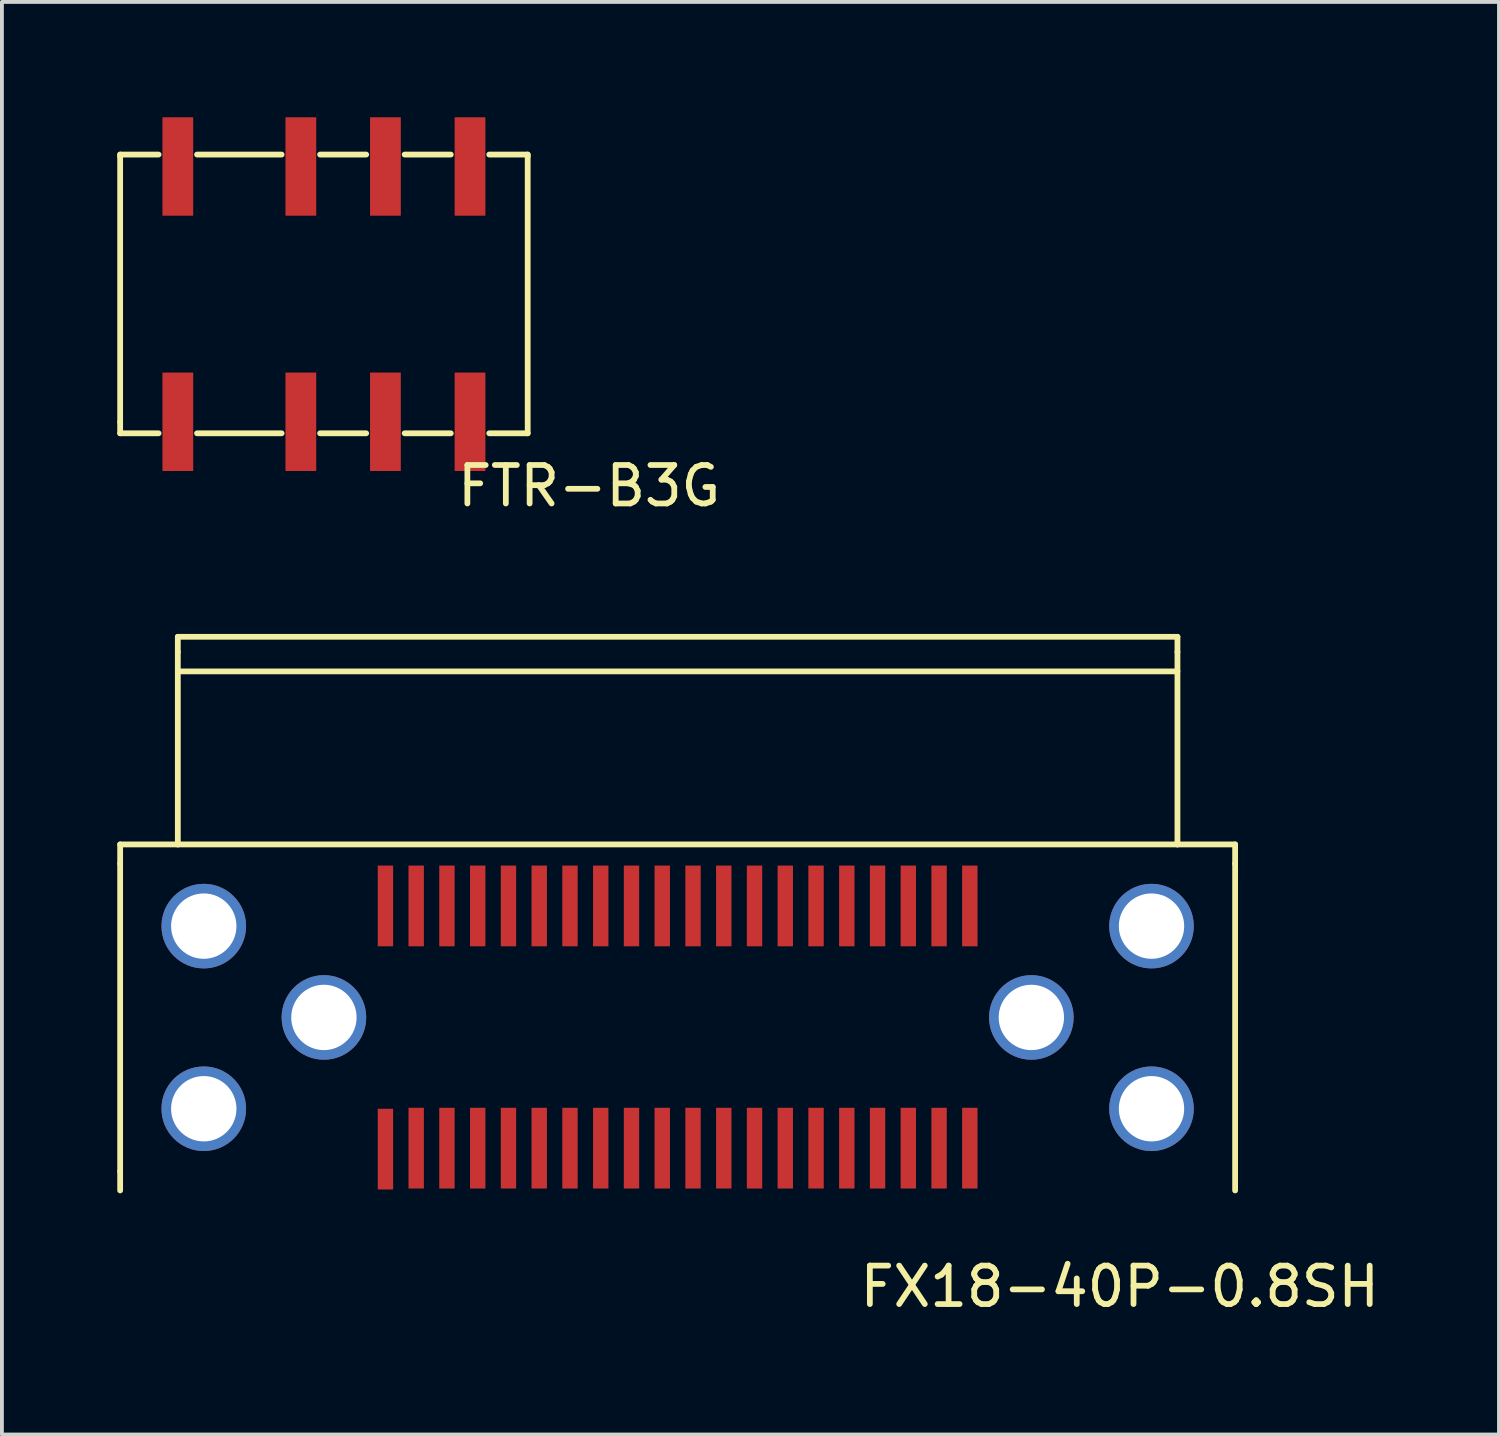
<source format=kicad_pcb>
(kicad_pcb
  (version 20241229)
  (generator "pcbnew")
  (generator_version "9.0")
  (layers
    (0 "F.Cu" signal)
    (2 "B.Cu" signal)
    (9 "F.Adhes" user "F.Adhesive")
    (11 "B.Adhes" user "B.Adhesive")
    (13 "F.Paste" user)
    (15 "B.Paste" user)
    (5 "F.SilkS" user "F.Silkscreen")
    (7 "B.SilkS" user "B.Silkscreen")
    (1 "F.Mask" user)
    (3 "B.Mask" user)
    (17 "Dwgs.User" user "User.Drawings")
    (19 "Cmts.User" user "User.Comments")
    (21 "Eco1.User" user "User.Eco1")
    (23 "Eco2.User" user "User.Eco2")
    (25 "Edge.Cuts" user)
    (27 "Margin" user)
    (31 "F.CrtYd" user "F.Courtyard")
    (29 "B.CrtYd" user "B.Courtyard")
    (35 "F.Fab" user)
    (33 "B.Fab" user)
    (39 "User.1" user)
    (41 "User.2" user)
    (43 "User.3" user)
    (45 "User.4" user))
  (footprint "FX18-40P-0.8SH"
    (layer "F.Cu")
    (at 14.575 23.413)
    (property "Reference" "FX18-40P-0.8SH" (at 11.5 7 0) (layer "F.SilkS") (effects (font (size 1 1) (thickness 0.15))))
    (attr through_hole)
    (fp_line (start -14.5 -4) (end -14.5 -4.5) (stroke (width 0.15) (type solid)) (layer "F.SilkS"))
    (fp_line (start -14.5 -4) (end -14.5 4) (stroke (width 0.15) (type solid)) (layer "F.SilkS"))
    (fp_line (start -14.5 4) (end -14.5 4.5) (stroke (width 0.15) (type solid)) (layer "F.SilkS"))
    (fp_line (start -13 -9.9) (end 13 -9.9) (stroke (width 0.15) (type solid)) (layer "F.SilkS"))
    (fp_line (start -13 -9.5) (end -13 -9.9) (stroke (width 0.15) (type solid)) (layer "F.SilkS"))
    (fp_line (start -13 -9.5) (end -13 -4.5) (stroke (width 0.15) (type solid)) (layer "F.SilkS"))
    (fp_line (start -13 -9) (end 13 -9) (stroke (width 0.15) (type solid)) (layer "F.SilkS"))
    (fp_line (start -13 -4.5) (end -14.5 -4.5) (stroke (width 0.15) (type solid)) (layer "F.SilkS"))
    (fp_line (start -13 -4.5) (end 13 -4.5) (stroke (width 0.15) (type solid)) (layer "F.SilkS"))
    (fp_line (start 13 -9.5) (end 13 -9.9) (stroke (width 0.15) (type solid)) (layer "F.SilkS"))
    (fp_line (start 13 -9.5) (end 13 -4.5) (stroke (width 0.15) (type solid)) (layer "F.SilkS"))
    (fp_line (start 13 -4.5) (end 14.5 -4.5) (stroke (width 0.15) (type solid)) (layer "F.SilkS"))
    (fp_line (start 14.5 -4) (end 14.5 -4.5) (stroke (width 0.15) (type solid)) (layer "F.SilkS"))
    (fp_line (start 14.5 -4) (end 14.5 4.5) (stroke (width 0.15) (type solid)) (layer "F.SilkS"))
    (pad "1" smd rect (at -7.6 3.425) (size 0.4 2.1) (layers "F.Cu" "F.Mask" "F.Paste"))
    (pad "2" smd rect (at -6.8 3.4) (size 0.4 2.1) (layers "F.Cu" "F.Mask" "F.Paste"))
    (pad "3" smd rect (at -6 3.4) (size 0.4 2.1) (layers "F.Cu" "F.Mask" "F.Paste"))
    (pad "4" smd rect (at -5.2 3.4) (size 0.4 2.1) (layers "F.Cu" "F.Mask" "F.Paste"))
    (pad "5" smd rect (at -4.4 3.4) (size 0.4 2.1) (layers "F.Cu" "F.Mask" "F.Paste"))
    (pad "6" smd rect (at -3.6 3.4) (size 0.4 2.1) (layers "F.Cu" "F.Mask" "F.Paste"))
    (pad "7" smd rect (at -2.8 3.4) (size 0.4 2.1) (layers "F.Cu" "F.Mask" "F.Paste"))
    (pad "8" smd rect (at -2 3.4) (size 0.4 2.1) (layers "F.Cu" "F.Mask" "F.Paste"))
    (pad "9" smd rect (at -1.2 3.4) (size 0.4 2.1) (layers "F.Cu" "F.Mask" "F.Paste"))
    (pad "10" smd rect (at -0.4 3.4) (size 0.4 2.1) (layers "F.Cu" "F.Mask" "F.Paste"))
    (pad "11" smd rect (at 0.4 3.4) (size 0.4 2.1) (layers "F.Cu" "F.Mask" "F.Paste"))
    (pad "12" smd rect (at 1.2 3.4) (size 0.4 2.1) (layers "F.Cu" "F.Mask" "F.Paste"))
    (pad "13" smd rect (at 2 3.4) (size 0.4 2.1) (layers "F.Cu" "F.Mask" "F.Paste"))
    (pad "14" smd rect (at 2.8 3.4) (size 0.4 2.1) (layers "F.Cu" "F.Mask" "F.Paste"))
    (pad "15" smd rect (at 3.6 3.4) (size 0.4 2.1) (layers "F.Cu" "F.Mask" "F.Paste"))
    (pad "16" smd rect (at 4.4 3.4) (size 0.4 2.1) (layers "F.Cu" "F.Mask" "F.Paste"))
    (pad "17" smd rect (at 5.2 3.4) (size 0.4 2.1) (layers "F.Cu" "F.Mask" "F.Paste"))
    (pad "18" smd rect (at 6 3.4) (size 0.4 2.1) (layers "F.Cu" "F.Mask" "F.Paste"))
    (pad "19" smd rect (at 6.8 3.4) (size 0.4 2.1) (layers "F.Cu" "F.Mask" "F.Paste"))
    (pad "20" smd rect (at 7.6 3.4) (size 0.4 2.1) (layers "F.Cu" "F.Mask" "F.Paste"))
    (pad "21" smd rect (at 7.6 -2.9) (size 0.4 2.1) (layers "F.Cu" "F.Mask" "F.Paste"))
    (pad "22" smd rect (at 6.8 -2.9) (size 0.4 2.1) (layers "F.Cu" "F.Mask" "F.Paste"))
    (pad "23" smd rect (at 6 -2.9) (size 0.4 2.1) (layers "F.Cu" "F.Mask" "F.Paste"))
    (pad "24" smd rect (at 5.2 -2.9) (size 0.4 2.1) (layers "F.Cu" "F.Mask" "F.Paste"))
    (pad "25" smd rect (at 4.4 -2.9) (size 0.4 2.1) (layers "F.Cu" "F.Mask" "F.Paste"))
    (pad "26" smd rect (at 3.6 -2.9) (size 0.4 2.1) (layers "F.Cu" "F.Mask" "F.Paste"))
    (pad "27" smd rect (at 2.8 -2.9) (size 0.4 2.1) (layers "F.Cu" "F.Mask" "F.Paste"))
    (pad "28" smd rect (at 2 -2.9) (size 0.4 2.1) (layers "F.Cu" "F.Mask" "F.Paste"))
    (pad "29" smd rect (at 1.2 -2.9) (size 0.4 2.1) (layers "F.Cu" "F.Mask" "F.Paste"))
    (pad "30" smd rect (at 0.4 -2.9) (size 0.4 2.1) (layers "F.Cu" "F.Mask" "F.Paste"))
    (pad "31" smd rect (at -0.4 -2.9) (size 0.4 2.1) (layers "F.Cu" "F.Mask" "F.Paste"))
    (pad "32" smd rect (at -1.2 -2.9) (size 0.4 2.1) (layers "F.Cu" "F.Mask" "F.Paste"))
    (pad "33" smd rect (at -2 -2.9) (size 0.4 2.1) (layers "F.Cu" "F.Mask" "F.Paste"))
    (pad "34" smd rect (at -2.8 -2.9) (size 0.4 2.1) (layers "F.Cu" "F.Mask" "F.Paste"))
    (pad "35" smd rect (at -3.6 -2.9) (size 0.4 2.1) (layers "F.Cu" "F.Mask" "F.Paste"))
    (pad "36" smd rect (at -4.4 -2.9) (size 0.4 2.1) (layers "F.Cu" "F.Mask" "F.Paste"))
    (pad "37" smd rect (at -5.2 -2.9) (size 0.4 2.1) (layers "F.Cu" "F.Mask" "F.Paste"))
    (pad "38" smd rect (at -6 -2.9) (size 0.4 2.1) (layers "F.Cu" "F.Mask" "F.Paste"))
    (pad "39" smd rect (at -6.8 -2.9) (size 0.4 2.1) (layers "F.Cu" "F.Mask" "F.Paste"))
    (pad "40" smd rect (at -7.6 -2.9) (size 0.4 2.1) (layers "F.Cu" "F.Mask" "F.Paste"))
    (pad "SHLD" thru_hole oval (at -12.325 -2.375) (size 2.2 2.2) (drill 1.7) (layers "*.Cu" "*.Mask"))
    (pad "SHLD" thru_hole oval (at -12.325 2.375) (size 2.2 2.2) (drill 1.7) (layers "*.Cu" "*.Mask"))
    (pad "SHLD" thru_hole oval (at -9.2 0) (size 2.2 2.2) (drill 1.7) (layers "*.Cu" "*.Mask"))
    (pad "SHLD" thru_hole oval (at 9.2 0) (size 2.2 2.2) (drill 1.7) (layers "*.Cu" "*.Mask"))
    (pad "SHLD" thru_hole oval (at 12.325 -2.375) (size 2.2 2.2) (drill 1.7) (layers "*.Cu" "*.Mask"))
    (pad "SHLD" thru_hole oval (at 12.325 2.375) (size 2.2 2.2) (drill 1.7) (layers "*.Cu" "*.Mask")))
  (footprint "FTR-B3G"
    (layer "F.Cu")
    (at 6.975 4.6)
    (property "Reference" "FTR-B3G" (at 5.298 4.99 0) (layer "F.SilkS") (effects (font (size 1 1) (thickness 0.15))))
    (attr through_hole)
    (fp_line (start -6.9 -3.63) (end -6.9 -3.58) (stroke (width 0.15) (type solid)) (layer "F.SilkS"))
    (fp_line (start -6.9 3.32) (end -6.9 -3.58) (stroke (width 0.15) (type solid)) (layer "F.SilkS"))
    (fp_line (start -6.9 3.62) (end -6.9 3.32) (stroke (width 0.15) (type solid)) (layer "F.SilkS"))
    (fp_line (start -5.9 -3.63) (end -6.9 -3.63) (stroke (width 0.15) (type solid)) (layer "F.SilkS"))
    (fp_line (start -5.9 3.62) (end -6.9 3.62) (stroke (width 0.15) (type solid)) (layer "F.SilkS"))
    (fp_line (start -4.9 3.62) (end -2.7 3.62) (stroke (width 0.15) (type solid)) (layer "F.SilkS"))
    (fp_line (start -2.7 -3.63) (end -4.9 -3.63) (stroke (width 0.15) (type solid)) (layer "F.SilkS"))
    (fp_line (start -1.7 -3.63) (end -0.5 -3.63) (stroke (width 0.15) (type solid)) (layer "F.SilkS"))
    (fp_line (start -1.7 3.62) (end -0.5 3.62) (stroke (width 0.15) (type solid)) (layer "F.SilkS"))
    (fp_line (start 0.5 -3.63) (end 1.7 -3.63) (stroke (width 0.15) (type solid)) (layer "F.SilkS"))
    (fp_line (start 0.5 3.62) (end 1.7 3.62) (stroke (width 0.15) (type solid)) (layer "F.SilkS"))
    (fp_line (start 3.7 -3.63) (end 2.7 -3.63) (stroke (width 0.15) (type solid)) (layer "F.SilkS"))
    (fp_line (start 3.7 -3.58) (end 3.7 -3.63) (stroke (width 0.15) (type solid)) (layer "F.SilkS"))
    (fp_line (start 3.7 3.62) (end 2.7 3.62) (stroke (width 0.15) (type solid)) (layer "F.SilkS"))
    (fp_line (start 3.7 3.62) (end 3.7 -3.58) (stroke (width 0.15) (type solid)) (layer "F.SilkS"))
    (pad "1" smd rect (at -5.4 3.32) (size 0.8 2.56) (layers "F.Cu" "F.Mask" "F.Paste"))
    (pad "2" smd rect (at -2.2 3.32) (size 0.8 2.56) (layers "F.Cu" "F.Mask" "F.Paste"))
    (pad "3" smd rect (at 0 3.32) (size 0.8 2.56) (layers "F.Cu" "F.Mask" "F.Paste"))
    (pad "4" smd rect (at 2.2 3.32) (size 0.8 2.56) (layers "F.Cu" "F.Mask" "F.Paste"))
    (pad "5" smd rect (at 2.2 -3.32) (size 0.8 2.56) (layers "F.Cu" "F.Mask" "F.Paste"))
    (pad "6" smd rect (at 0 -3.32) (size 0.8 2.56) (layers "F.Cu" "F.Mask" "F.Paste"))
    (pad "7" smd rect (at -2.2 -3.32) (size 0.8 2.56) (layers "F.Cu" "F.Mask" "F.Paste"))
    (pad "8" smd rect (at -5.4 -3.32) (size 0.8 2.56) (layers "F.Cu" "F.Mask" "F.Paste")))
  (gr_rect
    (start -3 -3)
    (end 35.938 34.261)
    (stroke (width 0.1) (type default))
    (fill no)
    (layer "Edge.Cuts")))
</source>
